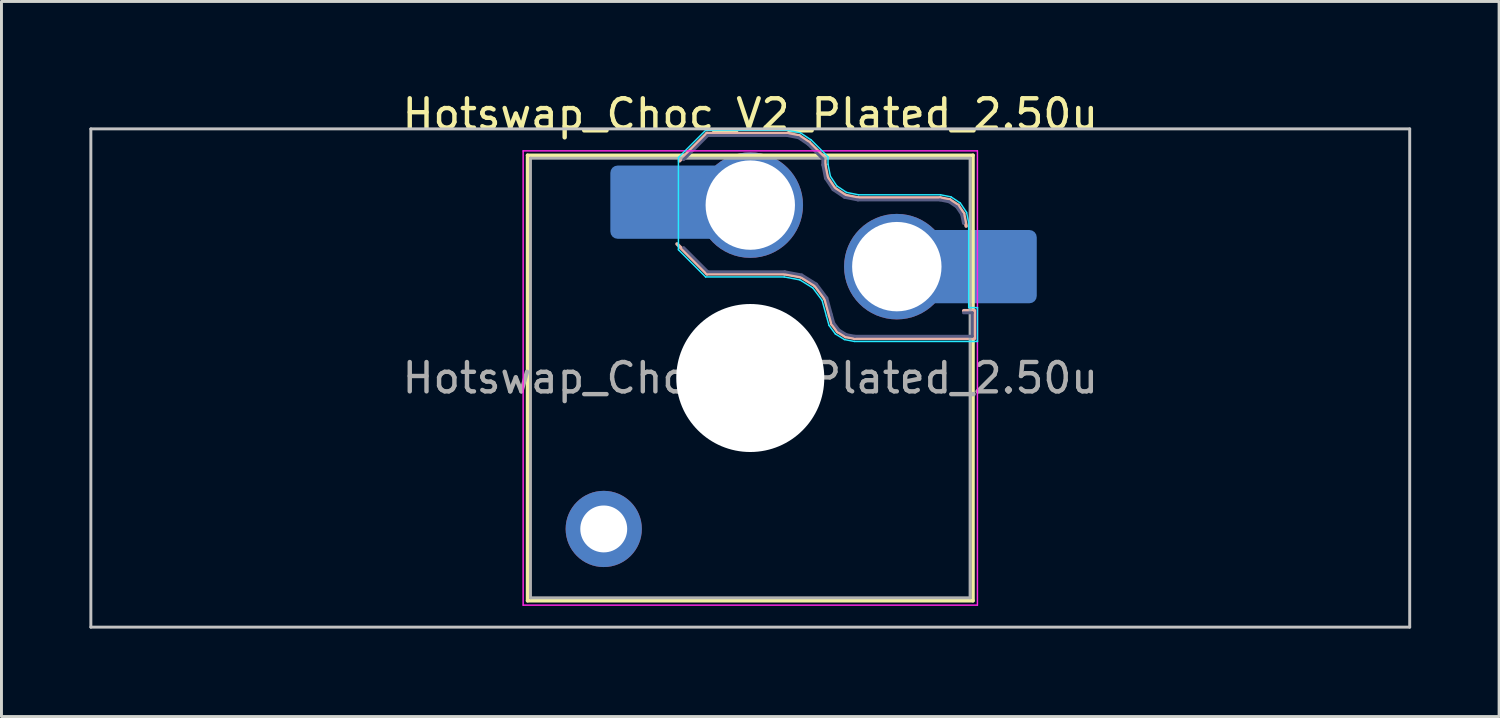
<source format=kicad_pcb>
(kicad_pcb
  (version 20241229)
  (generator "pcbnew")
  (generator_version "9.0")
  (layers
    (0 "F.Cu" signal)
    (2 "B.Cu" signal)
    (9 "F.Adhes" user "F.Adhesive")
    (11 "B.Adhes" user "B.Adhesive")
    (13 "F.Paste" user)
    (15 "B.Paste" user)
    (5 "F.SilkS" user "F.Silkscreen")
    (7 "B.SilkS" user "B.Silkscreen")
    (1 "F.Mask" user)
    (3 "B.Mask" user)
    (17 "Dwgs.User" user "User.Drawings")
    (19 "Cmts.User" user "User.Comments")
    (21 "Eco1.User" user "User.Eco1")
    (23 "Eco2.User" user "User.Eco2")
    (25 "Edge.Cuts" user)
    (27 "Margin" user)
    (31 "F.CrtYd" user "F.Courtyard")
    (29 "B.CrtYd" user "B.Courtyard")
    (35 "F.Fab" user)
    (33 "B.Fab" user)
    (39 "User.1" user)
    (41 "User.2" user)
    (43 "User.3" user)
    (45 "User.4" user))
  (footprint "Hotswap_Choc_V2_Plated_2.50u"
    (layer "F.Cu")
    (at 22.55 9.848)
    (property "Reference" "Hotswap_Choc_V2_Plated_2.50u" (at 0 -9 0) (layer "F.SilkS") (effects (font (size 1 1) (thickness 0.15))))
    (attr smd)
    (fp_line (start -7.6 -7.6) (end -7.6 7.6) (stroke (width 0.12) (type solid)) (layer "F.SilkS"))
    (fp_line (start -7.6 7.6) (end 7.6 7.6) (stroke (width 0.12) (type solid)) (layer "F.SilkS"))
    (fp_line (start 7.6 -7.6) (end -7.6 -7.6) (stroke (width 0.12) (type solid)) (layer "F.SilkS"))
    (fp_line (start 7.6 7.6) (end 7.6 -7.6) (stroke (width 0.12) (type solid)) (layer "F.SilkS"))
    (fp_line (start -2.416 -7.409) (end -1.479 -8.346) (stroke (width 0.12) (type solid)) (layer "B.SilkS"))
    (fp_line (start -1.479 -8.346) (end 1.268 -8.346) (stroke (width 0.12) (type solid)) (layer "B.SilkS"))
    (fp_line (start -1.479 -3.554) (end -2.5 -4.575) (stroke (width 0.12) (type solid)) (layer "B.SilkS"))
    (fp_line (start 1.168 -3.554) (end -1.479 -3.554) (stroke (width 0.12) (type solid)) (layer "B.SilkS"))
    (fp_line (start 1.268 -8.346) (end 1.671 -8.266) (stroke (width 0.12) (type solid)) (layer "B.SilkS"))
    (fp_line (start 1.671 -8.266) (end 2.013 -8.037) (stroke (width 0.12) (type solid)) (layer "B.SilkS"))
    (fp_line (start 1.73 -3.449) (end 1.168 -3.554) (stroke (width 0.12) (type solid)) (layer "B.SilkS"))
    (fp_line (start 2.013 -8.037) (end 2.546 -7.504) (stroke (width 0.12) (type solid)) (layer "B.SilkS"))
    (fp_line (start 2.209 -3.15) (end 1.73 -3.449) (stroke (width 0.12) (type solid)) (layer "B.SilkS"))
    (fp_line (start 2.546 -7.504) (end 2.546 -7.282) (stroke (width 0.12) (type solid)) (layer "B.SilkS"))
    (fp_line (start 2.546 -7.282) (end 2.633 -6.844) (stroke (width 0.12) (type solid)) (layer "B.SilkS"))
    (fp_line (start 2.547 -2.697) (end 2.209 -3.15) (stroke (width 0.12) (type solid)) (layer "B.SilkS"))
    (fp_line (start 2.633 -6.844) (end 2.877 -6.477) (stroke (width 0.12) (type solid)) (layer "B.SilkS"))
    (fp_line (start 2.701 -2.139) (end 2.547 -2.697) (stroke (width 0.12) (type solid)) (layer "B.SilkS"))
    (fp_line (start 2.783 -1.841) (end 2.701 -2.139) (stroke (width 0.12) (type solid)) (layer "B.SilkS"))
    (fp_line (start 2.877 -6.477) (end 3.244 -6.233) (stroke (width 0.12) (type solid)) (layer "B.SilkS"))
    (fp_line (start 2.976 -1.583) (end 2.783 -1.841) (stroke (width 0.12) (type solid)) (layer "B.SilkS"))
    (fp_line (start 3.244 -6.233) (end 3.682 -6.146) (stroke (width 0.12) (type solid)) (layer "B.SilkS"))
    (fp_line (start 3.25 -1.413) (end 2.976 -1.583) (stroke (width 0.12) (type solid)) (layer "B.SilkS"))
    (fp_line (start 3.56 -1.354) (end 3.25 -1.413) (stroke (width 0.12) (type solid)) (layer "B.SilkS"))
    (fp_line (start 3.682 -6.146) (end 6.482 -6.146) (stroke (width 0.12) (type solid)) (layer "B.SilkS"))
    (fp_line (start 6.482 -6.146) (end 6.809 -6.081) (stroke (width 0.12) (type solid)) (layer "B.SilkS"))
    (fp_line (start 6.809 -6.081) (end 7.092 -5.892) (stroke (width 0.12) (type solid)) (layer "B.SilkS"))
    (fp_line (start 7.092 -5.892) (end 7.281 -5.609) (stroke (width 0.12) (type solid)) (layer "B.SilkS"))
    (fp_line (start 7.281 -5.609) (end 7.366 -5.182) (stroke (width 0.12) (type solid)) (layer "B.SilkS"))
    (fp_line (start 7.283 -2.296) (end 7.646 -2.296) (stroke (width 0.12) (type solid)) (layer "B.SilkS"))
    (fp_line (start 7.646 -2.296) (end 7.646 -1.354) (stroke (width 0.12) (type solid)) (layer "B.SilkS"))
    (fp_line (start 7.646 -1.354) (end 3.56 -1.354) (stroke (width 0.12) (type solid)) (layer "B.SilkS"))
    (fp_line (start -22.5 -8.5) (end -22.5 8.5) (stroke (width 0.1) (type solid)) (layer "Dwgs.User"))
    (fp_line (start -22.5 8.5) (end 22.5 8.5) (stroke (width 0.1) (type solid)) (layer "Dwgs.User"))
    (fp_line (start 22.5 -8.5) (end -22.5 -8.5) (stroke (width 0.1) (type solid)) (layer "Dwgs.User"))
    (fp_line (start 22.5 8.5) (end 22.5 -8.5) (stroke (width 0.1) (type solid)) (layer "Dwgs.User"))
    (fp_line (start -7.25 -7.25) (end -7.25 7.25) (stroke (width 0.1) (type solid)) (layer "Eco1.User"))
    (fp_line (start -7.25 7.25) (end 7.25 7.25) (stroke (width 0.1) (type solid)) (layer "Eco1.User"))
    (fp_line (start 7.25 -7.25) (end -7.25 -7.25) (stroke (width 0.1) (type solid)) (layer "Eco1.User"))
    (fp_line (start 7.25 7.25) (end 7.25 -7.25) (stroke (width 0.1) (type solid)) (layer "Eco1.User"))
    (fp_line (start -2.452 -7.523) (end -1.523 -8.452) (stroke (width 0.05) (type solid)) (layer "B.CrtYd"))
    (fp_line (start -2.452 -4.377) (end -2.452 -7.523) (stroke (width 0.05) (type solid)) (layer "B.CrtYd"))
    (fp_line (start -1.523 -8.452) (end 1.278 -8.452) (stroke (width 0.05) (type solid)) (layer "B.CrtYd"))
    (fp_line (start -1.523 -3.448) (end -2.452 -4.377) (stroke (width 0.05) (type solid)) (layer "B.CrtYd"))
    (fp_line (start 1.159 -3.448) (end -1.523 -3.448) (stroke (width 0.05) (type solid)) (layer "B.CrtYd"))
    (fp_line (start 1.278 -8.452) (end 1.712 -8.366) (stroke (width 0.05) (type solid)) (layer "B.CrtYd"))
    (fp_line (start 1.691 -3.348) (end 1.159 -3.448) (stroke (width 0.05) (type solid)) (layer "B.CrtYd"))
    (fp_line (start 1.712 -8.366) (end 2.081 -8.119) (stroke (width 0.05) (type solid)) (layer "B.CrtYd"))
    (fp_line (start 2.081 -8.119) (end 2.652 -7.548) (stroke (width 0.05) (type solid)) (layer "B.CrtYd"))
    (fp_line (start 2.136 -3.071) (end 1.691 -3.348) (stroke (width 0.05) (type solid)) (layer "B.CrtYd"))
    (fp_line (start 2.45 -2.65) (end 2.136 -3.071) (stroke (width 0.05) (type solid)) (layer "B.CrtYd"))
    (fp_line (start 2.599 -2.111) (end 2.45 -2.65) (stroke (width 0.05) (type solid)) (layer "B.CrtYd"))
    (fp_line (start 2.652 -7.548) (end 2.652 -7.292) (stroke (width 0.05) (type solid)) (layer "B.CrtYd"))
    (fp_line (start 2.652 -7.292) (end 2.733 -6.885) (stroke (width 0.05) (type solid)) (layer "B.CrtYd"))
    (fp_line (start 2.687 -1.794) (end 2.599 -2.111) (stroke (width 0.05) (type solid)) (layer "B.CrtYd"))
    (fp_line (start 2.733 -6.885) (end 2.953 -6.553) (stroke (width 0.05) (type solid)) (layer "B.CrtYd"))
    (fp_line (start 2.903 -1.503) (end 2.687 -1.794) (stroke (width 0.05) (type solid)) (layer "B.CrtYd"))
    (fp_line (start 2.953 -6.553) (end 3.285 -6.333) (stroke (width 0.05) (type solid)) (layer "B.CrtYd"))
    (fp_line (start 3.211 -1.312) (end 2.903 -1.503) (stroke (width 0.05) (type solid)) (layer "B.CrtYd"))
    (fp_line (start 3.285 -6.333) (end 3.692 -6.252) (stroke (width 0.05) (type solid)) (layer "B.CrtYd"))
    (fp_line (start 3.55 -1.248) (end 3.211 -1.312) (stroke (width 0.05) (type solid)) (layer "B.CrtYd"))
    (fp_line (start 3.692 -6.252) (end 6.492 -6.252) (stroke (width 0.05) (type solid)) (layer "B.CrtYd"))
    (fp_line (start 6.492 -6.252) (end 6.85 -6.181) (stroke (width 0.05) (type solid)) (layer "B.CrtYd"))
    (fp_line (start 6.85 -6.181) (end 7.168 -5.968) (stroke (width 0.05) (type solid)) (layer "B.CrtYd"))
    (fp_line (start 7.168 -5.968) (end 7.381 -5.65) (stroke (width 0.05) (type solid)) (layer "B.CrtYd"))
    (fp_line (start 7.381 -5.65) (end 7.452 -5.292) (stroke (width 0.05) (type solid)) (layer "B.CrtYd"))
    (fp_line (start 7.452 -5.292) (end 7.452 -2.402) (stroke (width 0.05) (type solid)) (layer "B.CrtYd"))
    (fp_line (start 7.452 -2.402) (end 7.752 -2.402) (stroke (width 0.05) (type solid)) (layer "B.CrtYd"))
    (fp_line (start 7.752 -2.402) (end 7.752 -1.248) (stroke (width 0.05) (type solid)) (layer "B.CrtYd"))
    (fp_line (start 7.752 -1.248) (end 3.55 -1.248) (stroke (width 0.05) (type solid)) (layer "B.CrtYd"))
    (fp_line (start -7.75 -7.75) (end -7.75 7.75) (stroke (width 0.05) (type solid)) (layer "F.CrtYd"))
    (fp_line (start -7.75 7.75) (end 7.75 7.75) (stroke (width 0.05) (type solid)) (layer "F.CrtYd"))
    (fp_line (start 7.75 -7.75) (end -7.75 -7.75) (stroke (width 0.05) (type solid)) (layer "F.CrtYd"))
    (fp_line (start 7.75 7.75) (end 7.75 -7.75) (stroke (width 0.05) (type solid)) (layer "F.CrtYd"))
    (fp_line (start -2.275 -7.45) (end -1.45 -8.275) (stroke (width 0.1) (type solid)) (layer "B.Fab"))
    (fp_line (start -1.45 -8.275) (end 1.261 -8.275) (stroke (width 0.1) (type solid)) (layer "B.Fab"))
    (fp_line (start -1.45 -3.625) (end -2.275 -4.45) (stroke (width 0.1) (type solid)) (layer "B.Fab"))
    (fp_line (start 1.175 -3.625) (end -1.45 -3.625) (stroke (width 0.1) (type solid)) (layer "B.Fab"))
    (fp_line (start 1.261 -8.275) (end 1.643 -8.199) (stroke (width 0.1) (type solid)) (layer "B.Fab"))
    (fp_line (start 1.643 -8.199) (end 1.968 -7.982) (stroke (width 0.1) (type solid)) (layer "B.Fab"))
    (fp_line (start 1.756 -3.516) (end 1.175 -3.625) (stroke (width 0.1) (type solid)) (layer "B.Fab"))
    (fp_line (start 1.968 -7.982) (end 2.475 -7.475) (stroke (width 0.1) (type solid)) (layer "B.Fab"))
    (fp_line (start 2.258 -3.203) (end 1.756 -3.516) (stroke (width 0.1) (type solid)) (layer "B.Fab"))
    (fp_line (start 2.475 -7.475) (end 2.475 -7.275) (stroke (width 0.1) (type solid)) (layer "B.Fab"))
    (fp_line (start 2.475 -7.275) (end 2.566 -6.816) (stroke (width 0.1) (type solid)) (layer "B.Fab"))
    (fp_line (start 2.566 -6.816) (end 2.826 -6.426) (stroke (width 0.1) (type solid)) (layer "B.Fab"))
    (fp_line (start 2.612 -2.729) (end 2.258 -3.203) (stroke (width 0.1) (type solid)) (layer "B.Fab"))
    (fp_line (start 2.769 -2.158) (end 2.612 -2.729) (stroke (width 0.1) (type solid)) (layer "B.Fab"))
    (fp_line (start 2.826 -6.426) (end 3.216 -6.166) (stroke (width 0.1) (type solid)) (layer "B.Fab"))
    (fp_line (start 2.848 -1.873) (end 2.769 -2.158) (stroke (width 0.1) (type solid)) (layer "B.Fab"))
    (fp_line (start 3.025 -1.636) (end 2.848 -1.873) (stroke (width 0.1) (type solid)) (layer "B.Fab"))
    (fp_line (start 3.216 -6.166) (end 3.675 -6.075) (stroke (width 0.1) (type solid)) (layer "B.Fab"))
    (fp_line (start 3.276 -1.48) (end 3.025 -1.636) (stroke (width 0.1) (type solid)) (layer "B.Fab"))
    (fp_line (start 3.567 -1.425) (end 3.276 -1.48) (stroke (width 0.1) (type solid)) (layer "B.Fab"))
    (fp_line (start 3.675 -6.075) (end 6.475 -6.075) (stroke (width 0.1) (type solid)) (layer "B.Fab"))
    (fp_line (start 6.475 -6.075) (end 6.781 -6.014) (stroke (width 0.1) (type solid)) (layer "B.Fab"))
    (fp_line (start 6.781 -6.014) (end 7.041 -5.841) (stroke (width 0.1) (type solid)) (layer "B.Fab"))
    (fp_line (start 7.041 -5.841) (end 7.214 -5.581) (stroke (width 0.1) (type solid)) (layer "B.Fab"))
    (fp_line (start 7.214 -5.581) (end 7.275 -5.275) (stroke (width 0.1) (type solid)) (layer "B.Fab"))
    (fp_line (start 7.275 -2.225) (end 7.575 -2.225) (stroke (width 0.1) (type solid)) (layer "B.Fab"))
    (fp_line (start 7.575 -2.225) (end 7.575 -1.425) (stroke (width 0.1) (type solid)) (layer "B.Fab"))
    (fp_line (start 7.575 -1.425) (end 3.567 -1.425) (stroke (width 0.1) (type solid)) (layer "B.Fab"))
    (fp_line (start -7.5 -7.5) (end -7.5 7.5) (stroke (width 0.1) (type solid)) (layer "F.Fab"))
    (fp_line (start -7.5 7.5) (end 7.5 7.5) (stroke (width 0.1) (type solid)) (layer "F.Fab"))
    (fp_line (start 7.5 -7.5) (end -7.5 -7.5) (stroke (width 0.1) (type solid)) (layer "F.Fab"))
    (fp_line (start 7.5 7.5) (end 7.5 -7.5) (stroke (width 0.1) (type solid)) (layer "F.Fab"))
    (fp_text user "${REFERENCE}" (at 0 0 0) (layer "F.Fab") (effects (font (size 1 1) (thickness 0.15))))
    (pad "" thru_hole circle (at -5 5.15) (size 2.6 2.6) (drill 1.6) (layers "*.Cu" "*.Mask"))
    (pad "" smd roundrect (at -3.5 -6) (size 2.55 2.5) (layers "B.Mask" "B.Paste") (roundrect_rratio 0.1))
    (pad "" np_thru_hole circle (at 0 0) (size 5.05 5.05) (drill 5.05) (layers "*.Cu" "*.Mask"))
    (pad "" smd roundrect (at 8.5 -3.8) (size 2.55 2.5) (layers "B.Mask" "B.Paste") (roundrect_rratio 0.1))
    (pad "1" smd roundrect (at -2.85 -6) (size 3.85 2.5) (layers "B.Cu") (roundrect_rratio 0.1))
    (pad "1" thru_hole circle (at 0 -5.9) (size 3.6 3.6) (drill 3.05) (layers "*.Cu" "*.Mask"))
    (pad "2" thru_hole circle (at 5 -3.8) (size 3.6 3.6) (drill 3.05) (layers "*.Cu" "*.Mask"))
    (pad "2" smd roundrect (at 7.85 -3.8) (size 3.85 2.5) (layers "B.Cu") (roundrect_rratio 0.1)))
  (gr_rect
    (start -3 -3)
    (end 48.1 21.398)
    (stroke (width 0.1) (type default))
    (fill no)
    (layer "Edge.Cuts")))
</source>
